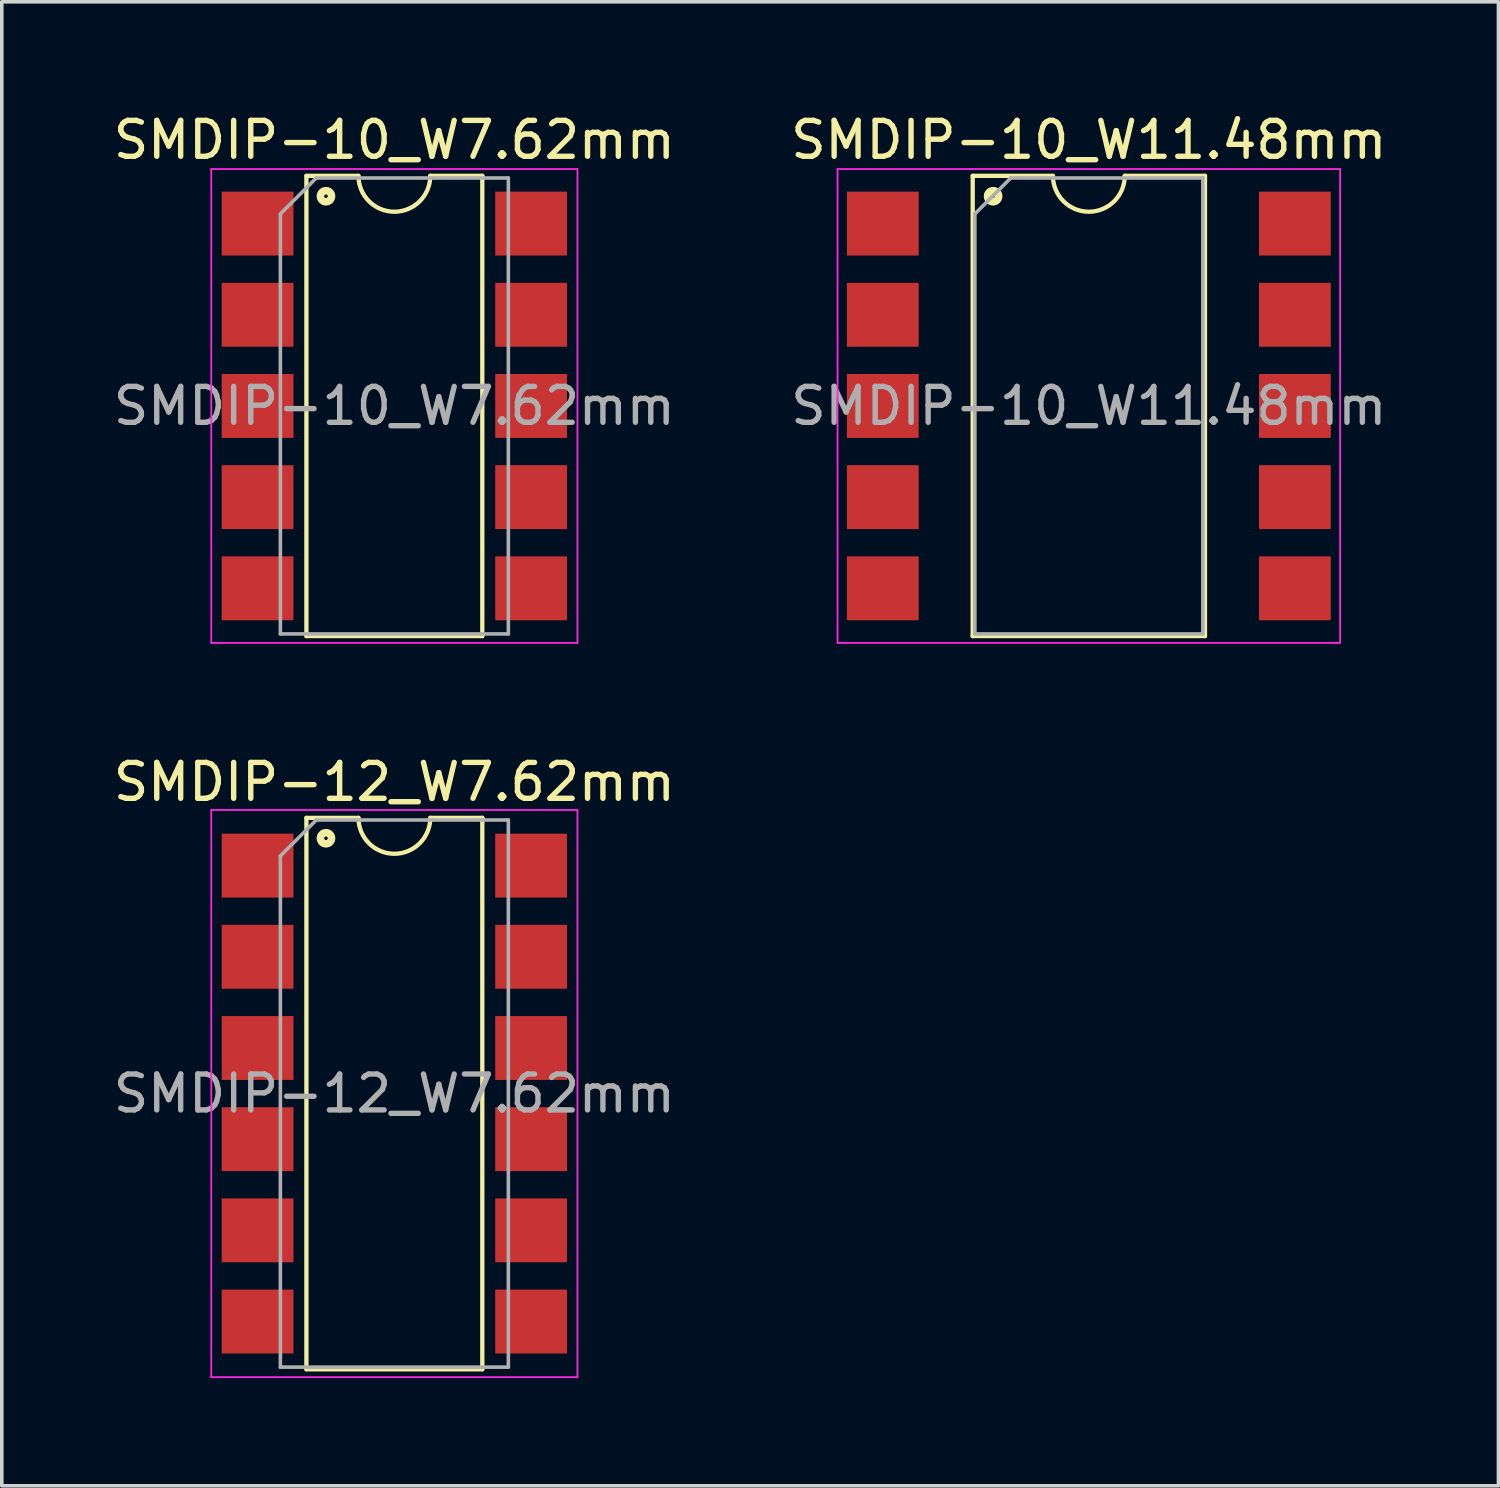
<source format=kicad_pcb>
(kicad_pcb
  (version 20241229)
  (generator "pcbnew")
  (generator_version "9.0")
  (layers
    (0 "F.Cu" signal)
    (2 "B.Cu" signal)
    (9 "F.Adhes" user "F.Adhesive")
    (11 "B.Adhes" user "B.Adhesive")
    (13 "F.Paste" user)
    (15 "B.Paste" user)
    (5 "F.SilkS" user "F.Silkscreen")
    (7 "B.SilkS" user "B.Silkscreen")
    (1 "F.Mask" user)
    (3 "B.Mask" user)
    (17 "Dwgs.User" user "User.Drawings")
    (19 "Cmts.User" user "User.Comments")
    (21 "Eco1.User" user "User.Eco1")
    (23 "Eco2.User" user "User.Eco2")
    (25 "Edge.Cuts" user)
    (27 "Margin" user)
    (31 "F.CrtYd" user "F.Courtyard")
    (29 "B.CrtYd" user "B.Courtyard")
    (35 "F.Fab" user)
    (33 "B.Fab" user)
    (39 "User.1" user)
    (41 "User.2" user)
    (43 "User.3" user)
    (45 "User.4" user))
  (footprint "SMDIP-12_W7.62mm"
    (layer "F.Cu")
    (at 7.935 27.412)
    (property "Reference" "SMDIP-12_W7.62mm" (at 0 -8.68 0) (layer "F.SilkS") (effects (font (size 1 1) (thickness 0.15))))
    (attr smd)
    (fp_line (start -2.45 -7.68) (end -2.45 7.68) (stroke (width 0.12) (type solid)) (layer "F.SilkS"))
    (fp_line (start -2.45 7.68) (end 2.45 7.68) (stroke (width 0.12) (type solid)) (layer "F.SilkS"))
    (fp_line (start -1 -7.68) (end -2.45 -7.68) (stroke (width 0.12) (type solid)) (layer "F.SilkS"))
    (fp_line (start 2.45 -7.68) (end 1 -7.68) (stroke (width 0.12) (type solid)) (layer "F.SilkS"))
    (fp_line (start 2.45 7.68) (end 2.45 -7.68) (stroke (width 0.12) (type solid)) (layer "F.SilkS"))
    (fp_arc (start 1 -7.68) (mid 0 -6.68) (end -1 -7.68) (stroke (width 0.12) (type solid)) (layer "F.SilkS"))
    (fp_circle (center -1.905 -7.112) (end -1.855 -7.112) (stroke (width 0.12) (type solid)) (fill no) (layer "F.SilkS"))
    (fp_circle (center -1.905 -7.112) (end -1.78 -7.112) (stroke (width 0.12) (type solid)) (fill no) (layer "F.SilkS"))
    (fp_circle (center -1.905 -7.112) (end -1.705 -7.112) (stroke (width 0.12) (type solid)) (fill no) (layer "F.SilkS"))
    (fp_line (start -5.1 -7.9) (end -5.1 7.9) (stroke (width 0.05) (type solid)) (layer "F.CrtYd"))
    (fp_line (start -5.1 7.9) (end 5.1 7.9) (stroke (width 0.05) (type solid)) (layer "F.CrtYd"))
    (fp_line (start 5.1 -7.9) (end -5.1 -7.9) (stroke (width 0.05) (type solid)) (layer "F.CrtYd"))
    (fp_line (start 5.1 7.9) (end 5.1 -7.9) (stroke (width 0.05) (type solid)) (layer "F.CrtYd"))
    (fp_line (start -3.175 -6.62) (end -2.175 -7.62) (stroke (width 0.1) (type solid)) (layer "F.Fab"))
    (fp_line (start -3.175 7.62) (end -3.175 -6.62) (stroke (width 0.1) (type solid)) (layer "F.Fab"))
    (fp_line (start -2.175 -7.62) (end 3.175 -7.62) (stroke (width 0.1) (type solid)) (layer "F.Fab"))
    (fp_line (start 3.175 -7.62) (end 3.175 7.62) (stroke (width 0.1) (type solid)) (layer "F.Fab"))
    (fp_line (start 3.175 7.62) (end -3.175 7.62) (stroke (width 0.1) (type solid)) (layer "F.Fab"))
    (fp_text user "${REFERENCE}" (at 0 0 0) (layer "F.Fab") (effects (font (size 1 1) (thickness 0.15))))
    (pad "1" smd rect (at -3.81 -6.35) (size 2 1.78) (layers "F.Cu" "F.Mask" "F.Paste"))
    (pad "2" smd rect (at -3.81 -3.81) (size 2 1.78) (layers "F.Cu" "F.Mask" "F.Paste"))
    (pad "3" smd rect (at -3.81 -1.27) (size 2 1.78) (layers "F.Cu" "F.Mask" "F.Paste"))
    (pad "4" smd rect (at -3.81 1.27) (size 2 1.78) (layers "F.Cu" "F.Mask" "F.Paste"))
    (pad "5" smd rect (at -3.81 3.81) (size 2 1.78) (layers "F.Cu" "F.Mask" "F.Paste"))
    (pad "6" smd rect (at -3.81 6.35) (size 2 1.78) (layers "F.Cu" "F.Mask" "F.Paste"))
    (pad "7" smd rect (at 3.81 6.35) (size 2 1.78) (layers "F.Cu" "F.Mask" "F.Paste"))
    (pad "8" smd rect (at 3.81 3.81) (size 2 1.78) (layers "F.Cu" "F.Mask" "F.Paste"))
    (pad "9" smd rect (at 3.81 1.27) (size 2 1.78) (layers "F.Cu" "F.Mask" "F.Paste"))
    (pad "10" smd rect (at 3.81 -1.27) (size 2 1.78) (layers "F.Cu" "F.Mask" "F.Paste"))
    (pad "11" smd rect (at 3.81 -3.81) (size 2 1.78) (layers "F.Cu" "F.Mask" "F.Paste"))
    (pad "12" smd rect (at 3.81 -6.35) (size 2 1.78) (layers "F.Cu" "F.Mask" "F.Paste")))
  (footprint "SMDIP-10_W11.48mm"
    (layer "F.Cu")
    (at 27.28 8.258)
    (property "Reference" "SMDIP-10_W11.48mm" (at 0 -7.41 0) (layer "F.SilkS") (effects (font (size 1 1) (thickness 0.15))))
    (attr smd)
    (fp_line (start -3.235 -6.41) (end -3.235 6.41) (stroke (width 0.12) (type solid)) (layer "F.SilkS"))
    (fp_line (start -3.235 6.41) (end 3.235 6.41) (stroke (width 0.12) (type solid)) (layer "F.SilkS"))
    (fp_line (start -1 -6.41) (end -3.235 -6.41) (stroke (width 0.12) (type solid)) (layer "F.SilkS"))
    (fp_line (start 3.235 -6.41) (end 1 -6.41) (stroke (width 0.12) (type solid)) (layer "F.SilkS"))
    (fp_line (start 3.235 6.41) (end 3.235 -6.41) (stroke (width 0.12) (type solid)) (layer "F.SilkS"))
    (fp_arc (start 1 -6.41) (mid 0 -5.41) (end -1 -6.41) (stroke (width 0.12) (type solid)) (layer "F.SilkS"))
    (fp_circle (center -2.667 -5.842) (end -2.617 -5.842) (stroke (width 0.12) (type solid)) (fill no) (layer "F.SilkS"))
    (fp_circle (center -2.667 -5.842) (end -2.542 -5.842) (stroke (width 0.12) (type solid)) (fill no) (layer "F.SilkS"))
    (fp_circle (center -2.667 -5.842) (end -2.467 -5.842) (stroke (width 0.12) (type solid)) (fill no) (layer "F.SilkS"))
    (fp_line (start -7 -6.6) (end -7 6.6) (stroke (width 0.05) (type solid)) (layer "F.CrtYd"))
    (fp_line (start -7 6.6) (end 7 6.6) (stroke (width 0.05) (type solid)) (layer "F.CrtYd"))
    (fp_line (start 7 -6.6) (end -7 -6.6) (stroke (width 0.05) (type solid)) (layer "F.CrtYd"))
    (fp_line (start 7 6.6) (end 7 -6.6) (stroke (width 0.05) (type solid)) (layer "F.CrtYd"))
    (fp_line (start -3.175 -5.35) (end -2.175 -6.35) (stroke (width 0.1) (type solid)) (layer "F.Fab"))
    (fp_line (start -3.175 6.35) (end -3.175 -5.35) (stroke (width 0.1) (type solid)) (layer "F.Fab"))
    (fp_line (start -2.175 -6.35) (end 3.175 -6.35) (stroke (width 0.1) (type solid)) (layer "F.Fab"))
    (fp_line (start 3.175 -6.35) (end 3.175 6.35) (stroke (width 0.1) (type solid)) (layer "F.Fab"))
    (fp_line (start 3.175 6.35) (end -3.175 6.35) (stroke (width 0.1) (type solid)) (layer "F.Fab"))
    (fp_text user "${REFERENCE}" (at 0 0 0) (layer "F.Fab") (effects (font (size 1 1) (thickness 0.15))))
    (pad "1" smd rect (at -5.74 -5.08) (size 2 1.78) (layers "F.Cu" "F.Mask" "F.Paste"))
    (pad "2" smd rect (at -5.74 -2.54) (size 2 1.78) (layers "F.Cu" "F.Mask" "F.Paste"))
    (pad "3" smd rect (at -5.74 0) (size 2 1.78) (layers "F.Cu" "F.Mask" "F.Paste"))
    (pad "4" smd rect (at -5.74 2.54) (size 2 1.78) (layers "F.Cu" "F.Mask" "F.Paste"))
    (pad "5" smd rect (at -5.74 5.08) (size 2 1.78) (layers "F.Cu" "F.Mask" "F.Paste"))
    (pad "6" smd rect (at 5.74 5.08) (size 2 1.78) (layers "F.Cu" "F.Mask" "F.Paste"))
    (pad "7" smd rect (at 5.74 2.54) (size 2 1.78) (layers "F.Cu" "F.Mask" "F.Paste"))
    (pad "8" smd rect (at 5.74 0) (size 2 1.78) (layers "F.Cu" "F.Mask" "F.Paste"))
    (pad "9" smd rect (at 5.74 -2.54) (size 2 1.78) (layers "F.Cu" "F.Mask" "F.Paste"))
    (pad "10" smd rect (at 5.74 -5.08) (size 2 1.78) (layers "F.Cu" "F.Mask" "F.Paste")))
  (footprint "SMDIP-10_W7.62mm"
    (layer "F.Cu")
    (at 7.935 8.258)
    (property "Reference" "SMDIP-10_W7.62mm" (at 0 -7.41 0) (layer "F.SilkS") (effects (font (size 1 1) (thickness 0.15))))
    (attr smd)
    (fp_line (start -2.45 -6.41) (end -2.45 6.41) (stroke (width 0.12) (type solid)) (layer "F.SilkS"))
    (fp_line (start -2.45 6.41) (end 2.45 6.41) (stroke (width 0.12) (type solid)) (layer "F.SilkS"))
    (fp_line (start -1 -6.41) (end -2.45 -6.41) (stroke (width 0.12) (type solid)) (layer "F.SilkS"))
    (fp_line (start 2.45 -6.41) (end 1 -6.41) (stroke (width 0.12) (type solid)) (layer "F.SilkS"))
    (fp_line (start 2.45 6.41) (end 2.45 -6.41) (stroke (width 0.12) (type solid)) (layer "F.SilkS"))
    (fp_arc (start 1 -6.41) (mid 0 -5.41) (end -1 -6.41) (stroke (width 0.12) (type solid)) (layer "F.SilkS"))
    (fp_circle (center -1.905 -5.842) (end -1.855 -5.842) (stroke (width 0.12) (type solid)) (fill no) (layer "F.SilkS"))
    (fp_circle (center -1.905 -5.842) (end -1.78 -5.842) (stroke (width 0.12) (type solid)) (fill no) (layer "F.SilkS"))
    (fp_circle (center -1.905 -5.842) (end -1.705 -5.842) (stroke (width 0.12) (type solid)) (fill no) (layer "F.SilkS"))
    (fp_line (start -5.1 -6.6) (end -5.1 6.6) (stroke (width 0.05) (type solid)) (layer "F.CrtYd"))
    (fp_line (start -5.1 6.6) (end 5.1 6.6) (stroke (width 0.05) (type solid)) (layer "F.CrtYd"))
    (fp_line (start 5.1 -6.6) (end -5.1 -6.6) (stroke (width 0.05) (type solid)) (layer "F.CrtYd"))
    (fp_line (start 5.1 6.6) (end 5.1 -6.6) (stroke (width 0.05) (type solid)) (layer "F.CrtYd"))
    (fp_line (start -3.175 -5.35) (end -2.175 -6.35) (stroke (width 0.1) (type solid)) (layer "F.Fab"))
    (fp_line (start -3.175 6.35) (end -3.175 -5.35) (stroke (width 0.1) (type solid)) (layer "F.Fab"))
    (fp_line (start -2.175 -6.35) (end 3.175 -6.35) (stroke (width 0.1) (type solid)) (layer "F.Fab"))
    (fp_line (start 3.175 -6.35) (end 3.175 6.35) (stroke (width 0.1) (type solid)) (layer "F.Fab"))
    (fp_line (start 3.175 6.35) (end -3.175 6.35) (stroke (width 0.1) (type solid)) (layer "F.Fab"))
    (fp_text user "${REFERENCE}" (at 0 0 0) (layer "F.Fab") (effects (font (size 1 1) (thickness 0.15))))
    (pad "1" smd rect (at -3.81 -5.08) (size 2 1.78) (layers "F.Cu" "F.Mask" "F.Paste"))
    (pad "2" smd rect (at -3.81 -2.54) (size 2 1.78) (layers "F.Cu" "F.Mask" "F.Paste"))
    (pad "3" smd rect (at -3.81 0) (size 2 1.78) (layers "F.Cu" "F.Mask" "F.Paste"))
    (pad "4" smd rect (at -3.81 2.54) (size 2 1.78) (layers "F.Cu" "F.Mask" "F.Paste"))
    (pad "5" smd rect (at -3.81 5.08) (size 2 1.78) (layers "F.Cu" "F.Mask" "F.Paste"))
    (pad "6" smd rect (at 3.81 5.08) (size 2 1.78) (layers "F.Cu" "F.Mask" "F.Paste"))
    (pad "7" smd rect (at 3.81 2.54) (size 2 1.78) (layers "F.Cu" "F.Mask" "F.Paste"))
    (pad "8" smd rect (at 3.81 0) (size 2 1.78) (layers "F.Cu" "F.Mask" "F.Paste"))
    (pad "9" smd rect (at 3.81 -2.54) (size 2 1.78) (layers "F.Cu" "F.Mask" "F.Paste"))
    (pad "10" smd rect (at 3.81 -5.08) (size 2 1.78) (layers "F.Cu" "F.Mask" "F.Paste")))
  (gr_rect
    (start -3 -3)
    (end 38.69 38.337)
    (stroke (width 0.1) (type default))
    (fill no)
    (layer "Edge.Cuts")))
</source>
